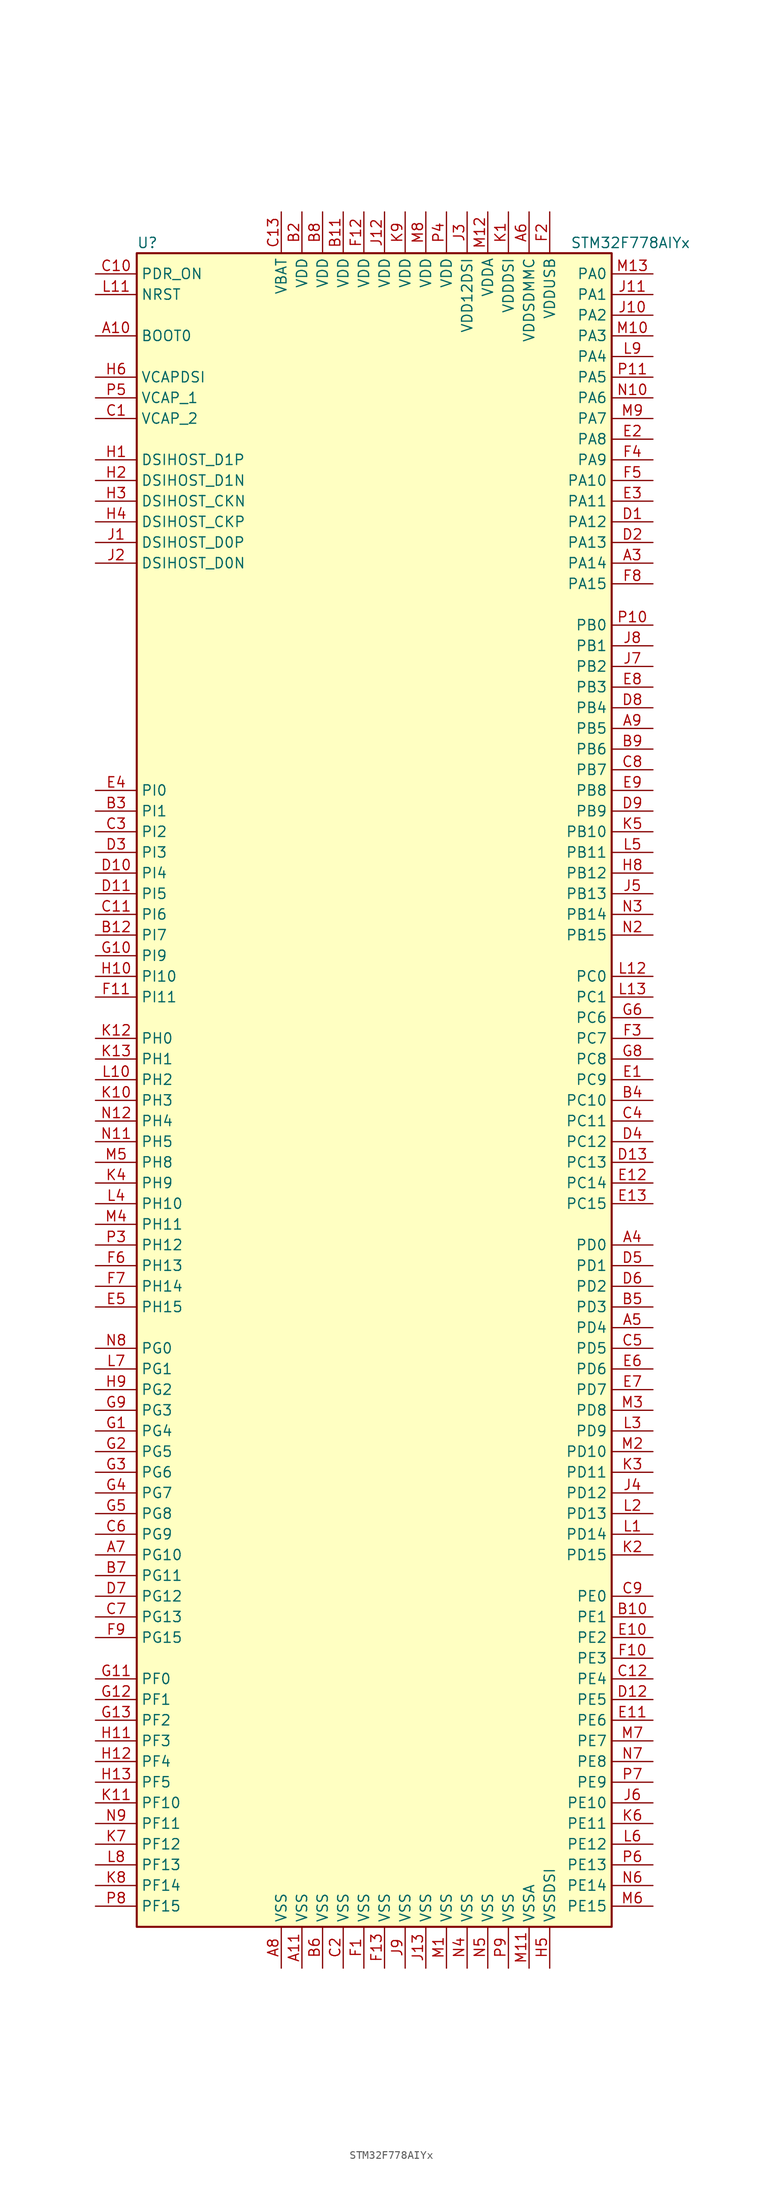
<source format=kicad_sym>
(kicad_symbol_lib
  (version 20200908)
  (generator kicad_symbol_editor)
  (symbol "MCU_ST_STM32F7:STM32F778AIYx"
    (property "Reference" "U"
      (at -30.48 102.87 0)
      (effects (font (size 1.27 1.27)) (justify left)))
    (property "Value" "STM32F778AIYx"
      (at 22.86 102.87 0)
      (effects (font (size 1.27 1.27)) (justify left)))
    (symbol "STM32F778AIYx_0_1"
      (rectangle (start -30.48 -104.14) (end 27.94 101.6) (stroke (width 0.254)) (fill (type background))))
    (symbol "STM32F778AIYx_1_1"
      (pin input line (at -35.56 91.44 0) (length 5.08) (name "BOOT0" (effects (font (size 1.27 1.27)))) (number "A10" (effects (font (size 1.27 1.27)))))
      (pin bidirectional line (at -35.56 71.12 0) (length 5.08) (name "DSIHOST_CKN" (effects (font (size 1.27 1.27)))) (number "H3" (effects (font (size 1.27 1.27)))))
      (pin bidirectional line (at -35.56 68.58 0) (length 5.08) (name "DSIHOST_CKP" (effects (font (size 1.27 1.27)))) (number "H4" (effects (font (size 1.27 1.27)))))
      (pin bidirectional line (at -35.56 63.5 0) (length 5.08) (name "DSIHOST_D0N" (effects (font (size 1.27 1.27)))) (number "J2" (effects (font (size 1.27 1.27)))))
      (pin bidirectional line (at -35.56 66.04 0) (length 5.08) (name "DSIHOST_D0P" (effects (font (size 1.27 1.27)))) (number "J1" (effects (font (size 1.27 1.27)))))
      (pin bidirectional line (at -35.56 73.66 0) (length 5.08) (name "DSIHOST_D1N" (effects (font (size 1.27 1.27)))) (number "H2" (effects (font (size 1.27 1.27)))))
      (pin bidirectional line (at -35.56 76.2 0) (length 5.08) (name "DSIHOST_D1P" (effects (font (size 1.27 1.27)))) (number "H1" (effects (font (size 1.27 1.27)))))
      (pin unconnected line (at -30.48 -101.6 0) (length 5.08) hide (name "NC" (effects (font (size 1.27 1.27)))) (number "A1" (effects (font (size 1.27 1.27)))))
      (pin unconnected line (at -30.48 -96.52 0) (length 5.08) hide (name "NC" (effects (font (size 1.27 1.27)))) (number "A12" (effects (font (size 1.27 1.27)))))
      (pin unconnected line (at -30.48 -93.98 0) (length 5.08) hide (name "NC" (effects (font (size 1.27 1.27)))) (number "A13" (effects (font (size 1.27 1.27)))))
      (pin unconnected line (at -30.48 -99.06 0) (length 5.08) hide (name "NC" (effects (font (size 1.27 1.27)))) (number "A2" (effects (font (size 1.27 1.27)))))
      (pin unconnected line (at -30.48 -91.44 0) (length 5.08) hide (name "NC" (effects (font (size 1.27 1.27)))) (number "B1" (effects (font (size 1.27 1.27)))))
      (pin unconnected line (at -30.48 -88.9 0) (length 5.08) hide (name "NC" (effects (font (size 1.27 1.27)))) (number "B13" (effects (font (size 1.27 1.27)))))
      (pin unconnected line (at -30.48 -86.36 0) (length 5.08) hide (name "NC" (effects (font (size 1.27 1.27)))) (number "N1" (effects (font (size 1.27 1.27)))))
      (pin unconnected line (at -30.48 -83.82 0) (length 5.08) hide (name "NC" (effects (font (size 1.27 1.27)))) (number "N13" (effects (font (size 1.27 1.27)))))
      (pin unconnected line (at -30.48 -81.28 0) (length 5.08) hide (name "NC" (effects (font (size 1.27 1.27)))) (number "P1" (effects (font (size 1.27 1.27)))))
      (pin unconnected line (at -30.48 -76.2 0) (length 5.08) hide (name "NC" (effects (font (size 1.27 1.27)))) (number "P12" (effects (font (size 1.27 1.27)))))
      (pin unconnected line (at -30.48 -73.66 0) (length 5.08) hide (name "NC" (effects (font (size 1.27 1.27)))) (number "P13" (effects (font (size 1.27 1.27)))))
      (pin unconnected line (at -30.48 -78.74 0) (length 5.08) hide (name "NC" (effects (font (size 1.27 1.27)))) (number "P2" (effects (font (size 1.27 1.27)))))
      (pin input line (at -35.56 96.52 0) (length 5.08) (name "NRST" (effects (font (size 1.27 1.27)))) (number "L11" (effects (font (size 1.27 1.27)))))
      (pin bidirectional line (at 33.02 99.06 180) (length 5.08) (name "PA0" (effects (font (size 1.27 1.27)))) (number "M13" (effects (font (size 1.27 1.27)))))
      (pin bidirectional line (at 33.02 96.52 180) (length 5.08) (name "PA1" (effects (font (size 1.27 1.27)))) (number "J11" (effects (font (size 1.27 1.27)))))
      (pin bidirectional line (at 33.02 73.66 180) (length 5.08) (name "PA10" (effects (font (size 1.27 1.27)))) (number "F5" (effects (font (size 1.27 1.27)))))
      (pin bidirectional line (at 33.02 71.12 180) (length 5.08) (name "PA11" (effects (font (size 1.27 1.27)))) (number "E3" (effects (font (size 1.27 1.27)))))
      (pin bidirectional line (at 33.02 68.58 180) (length 5.08) (name "PA12" (effects (font (size 1.27 1.27)))) (number "D1" (effects (font (size 1.27 1.27)))))
      (pin bidirectional line (at 33.02 66.04 180) (length 5.08) (name "PA13" (effects (font (size 1.27 1.27)))) (number "D2" (effects (font (size 1.27 1.27)))))
      (pin bidirectional line (at 33.02 63.5 180) (length 5.08) (name "PA14" (effects (font (size 1.27 1.27)))) (number "A3" (effects (font (size 1.27 1.27)))))
      (pin bidirectional line (at 33.02 60.96 180) (length 5.08) (name "PA15" (effects (font (size 1.27 1.27)))) (number "F8" (effects (font (size 1.27 1.27)))))
      (pin bidirectional line (at 33.02 93.98 180) (length 5.08) (name "PA2" (effects (font (size 1.27 1.27)))) (number "J10" (effects (font (size 1.27 1.27)))))
      (pin bidirectional line (at 33.02 91.44 180) (length 5.08) (name "PA3" (effects (font (size 1.27 1.27)))) (number "M10" (effects (font (size 1.27 1.27)))))
      (pin bidirectional line (at 33.02 88.9 180) (length 5.08) (name "PA4" (effects (font (size 1.27 1.27)))) (number "L9" (effects (font (size 1.27 1.27)))))
      (pin bidirectional line (at 33.02 86.36 180) (length 5.08) (name "PA5" (effects (font (size 1.27 1.27)))) (number "P11" (effects (font (size 1.27 1.27)))))
      (pin bidirectional line (at 33.02 83.82 180) (length 5.08) (name "PA6" (effects (font (size 1.27 1.27)))) (number "N10" (effects (font (size 1.27 1.27)))))
      (pin bidirectional line (at 33.02 81.28 180) (length 5.08) (name "PA7" (effects (font (size 1.27 1.27)))) (number "M9" (effects (font (size 1.27 1.27)))))
      (pin bidirectional line (at 33.02 78.74 180) (length 5.08) (name "PA8" (effects (font (size 1.27 1.27)))) (number "E2" (effects (font (size 1.27 1.27)))))
      (pin bidirectional line (at 33.02 76.2 180) (length 5.08) (name "PA9" (effects (font (size 1.27 1.27)))) (number "F4" (effects (font (size 1.27 1.27)))))
      (pin bidirectional line (at 33.02 55.88 180) (length 5.08) (name "PB0" (effects (font (size 1.27 1.27)))) (number "P10" (effects (font (size 1.27 1.27)))))
      (pin bidirectional line (at 33.02 53.34 180) (length 5.08) (name "PB1" (effects (font (size 1.27 1.27)))) (number "J8" (effects (font (size 1.27 1.27)))))
      (pin bidirectional line (at 33.02 30.48 180) (length 5.08) (name "PB10" (effects (font (size 1.27 1.27)))) (number "K5" (effects (font (size 1.27 1.27)))))
      (pin bidirectional line (at 33.02 27.94 180) (length 5.08) (name "PB11" (effects (font (size 1.27 1.27)))) (number "L5" (effects (font (size 1.27 1.27)))))
      (pin bidirectional line (at 33.02 25.4 180) (length 5.08) (name "PB12" (effects (font (size 1.27 1.27)))) (number "H8" (effects (font (size 1.27 1.27)))))
      (pin bidirectional line (at 33.02 22.86 180) (length 5.08) (name "PB13" (effects (font (size 1.27 1.27)))) (number "J5" (effects (font (size 1.27 1.27)))))
      (pin bidirectional line (at 33.02 20.32 180) (length 5.08) (name "PB14" (effects (font (size 1.27 1.27)))) (number "N3" (effects (font (size 1.27 1.27)))))
      (pin bidirectional line (at 33.02 17.78 180) (length 5.08) (name "PB15" (effects (font (size 1.27 1.27)))) (number "N2" (effects (font (size 1.27 1.27)))))
      (pin bidirectional line (at 33.02 50.8 180) (length 5.08) (name "PB2" (effects (font (size 1.27 1.27)))) (number "J7" (effects (font (size 1.27 1.27)))))
      (pin bidirectional line (at 33.02 48.26 180) (length 5.08) (name "PB3" (effects (font (size 1.27 1.27)))) (number "E8" (effects (font (size 1.27 1.27)))))
      (pin bidirectional line (at 33.02 45.72 180) (length 5.08) (name "PB4" (effects (font (size 1.27 1.27)))) (number "D8" (effects (font (size 1.27 1.27)))))
      (pin bidirectional line (at 33.02 43.18 180) (length 5.08) (name "PB5" (effects (font (size 1.27 1.27)))) (number "A9" (effects (font (size 1.27 1.27)))))
      (pin bidirectional line (at 33.02 40.64 180) (length 5.08) (name "PB6" (effects (font (size 1.27 1.27)))) (number "B9" (effects (font (size 1.27 1.27)))))
      (pin bidirectional line (at 33.02 38.1 180) (length 5.08) (name "PB7" (effects (font (size 1.27 1.27)))) (number "C8" (effects (font (size 1.27 1.27)))))
      (pin bidirectional line (at 33.02 35.56 180) (length 5.08) (name "PB8" (effects (font (size 1.27 1.27)))) (number "E9" (effects (font (size 1.27 1.27)))))
      (pin bidirectional line (at 33.02 33.02 180) (length 5.08) (name "PB9" (effects (font (size 1.27 1.27)))) (number "D9" (effects (font (size 1.27 1.27)))))
      (pin bidirectional line (at 33.02 12.7 180) (length 5.08) (name "PC0" (effects (font (size 1.27 1.27)))) (number "L12" (effects (font (size 1.27 1.27)))))
      (pin bidirectional line (at 33.02 10.16 180) (length 5.08) (name "PC1" (effects (font (size 1.27 1.27)))) (number "L13" (effects (font (size 1.27 1.27)))))
      (pin bidirectional line (at 33.02 -2.54 180) (length 5.08) (name "PC10" (effects (font (size 1.27 1.27)))) (number "B4" (effects (font (size 1.27 1.27)))))
      (pin bidirectional line (at 33.02 -5.08 180) (length 5.08) (name "PC11" (effects (font (size 1.27 1.27)))) (number "C4" (effects (font (size 1.27 1.27)))))
      (pin bidirectional line (at 33.02 -7.62 180) (length 5.08) (name "PC12" (effects (font (size 1.27 1.27)))) (number "D4" (effects (font (size 1.27 1.27)))))
      (pin bidirectional line (at 33.02 -10.16 180) (length 5.08) (name "PC13" (effects (font (size 1.27 1.27)))) (number "D13" (effects (font (size 1.27 1.27)))))
      (pin bidirectional line (at 33.02 -12.7 180) (length 5.08) (name "PC14" (effects (font (size 1.27 1.27)))) (number "E12" (effects (font (size 1.27 1.27)))))
      (pin bidirectional line (at 33.02 -15.24 180) (length 5.08) (name "PC15" (effects (font (size 1.27 1.27)))) (number "E13" (effects (font (size 1.27 1.27)))))
      (pin bidirectional line (at 33.02 7.62 180) (length 5.08) (name "PC6" (effects (font (size 1.27 1.27)))) (number "G6" (effects (font (size 1.27 1.27)))))
      (pin bidirectional line (at 33.02 5.08 180) (length 5.08) (name "PC7" (effects (font (size 1.27 1.27)))) (number "F3" (effects (font (size 1.27 1.27)))))
      (pin bidirectional line (at 33.02 2.54 180) (length 5.08) (name "PC8" (effects (font (size 1.27 1.27)))) (number "G8" (effects (font (size 1.27 1.27)))))
      (pin bidirectional line (at 33.02 0 180) (length 5.08) (name "PC9" (effects (font (size 1.27 1.27)))) (number "E1" (effects (font (size 1.27 1.27)))))
      (pin bidirectional line (at 33.02 -20.32 180) (length 5.08) (name "PD0" (effects (font (size 1.27 1.27)))) (number "A4" (effects (font (size 1.27 1.27)))))
      (pin bidirectional line (at 33.02 -22.86 180) (length 5.08) (name "PD1" (effects (font (size 1.27 1.27)))) (number "D5" (effects (font (size 1.27 1.27)))))
      (pin bidirectional line (at 33.02 -45.72 180) (length 5.08) (name "PD10" (effects (font (size 1.27 1.27)))) (number "M2" (effects (font (size 1.27 1.27)))))
      (pin bidirectional line (at 33.02 -48.26 180) (length 5.08) (name "PD11" (effects (font (size 1.27 1.27)))) (number "K3" (effects (font (size 1.27 1.27)))))
      (pin bidirectional line (at 33.02 -50.8 180) (length 5.08) (name "PD12" (effects (font (size 1.27 1.27)))) (number "J4" (effects (font (size 1.27 1.27)))))
      (pin bidirectional line (at 33.02 -53.34 180) (length 5.08) (name "PD13" (effects (font (size 1.27 1.27)))) (number "L2" (effects (font (size 1.27 1.27)))))
      (pin bidirectional line (at 33.02 -55.88 180) (length 5.08) (name "PD14" (effects (font (size 1.27 1.27)))) (number "L1" (effects (font (size 1.27 1.27)))))
      (pin bidirectional line (at 33.02 -58.42 180) (length 5.08) (name "PD15" (effects (font (size 1.27 1.27)))) (number "K2" (effects (font (size 1.27 1.27)))))
      (pin bidirectional line (at 33.02 -25.4 180) (length 5.08) (name "PD2" (effects (font (size 1.27 1.27)))) (number "D6" (effects (font (size 1.27 1.27)))))
      (pin bidirectional line (at 33.02 -27.94 180) (length 5.08) (name "PD3" (effects (font (size 1.27 1.27)))) (number "B5" (effects (font (size 1.27 1.27)))))
      (pin bidirectional line (at 33.02 -30.48 180) (length 5.08) (name "PD4" (effects (font (size 1.27 1.27)))) (number "A5" (effects (font (size 1.27 1.27)))))
      (pin bidirectional line (at 33.02 -33.02 180) (length 5.08) (name "PD5" (effects (font (size 1.27 1.27)))) (number "C5" (effects (font (size 1.27 1.27)))))
      (pin bidirectional line (at 33.02 -35.56 180) (length 5.08) (name "PD6" (effects (font (size 1.27 1.27)))) (number "E6" (effects (font (size 1.27 1.27)))))
      (pin bidirectional line (at 33.02 -38.1 180) (length 5.08) (name "PD7" (effects (font (size 1.27 1.27)))) (number "E7" (effects (font (size 1.27 1.27)))))
      (pin bidirectional line (at 33.02 -40.64 180) (length 5.08) (name "PD8" (effects (font (size 1.27 1.27)))) (number "M3" (effects (font (size 1.27 1.27)))))
      (pin bidirectional line (at 33.02 -43.18 180) (length 5.08) (name "PD9" (effects (font (size 1.27 1.27)))) (number "L3" (effects (font (size 1.27 1.27)))))
      (pin input line (at -35.56 99.06 0) (length 5.08) (name "PDR_ON" (effects (font (size 1.27 1.27)))) (number "C10" (effects (font (size 1.27 1.27)))))
      (pin bidirectional line (at 33.02 -63.5 180) (length 5.08) (name "PE0" (effects (font (size 1.27 1.27)))) (number "C9" (effects (font (size 1.27 1.27)))))
      (pin bidirectional line (at 33.02 -66.04 180) (length 5.08) (name "PE1" (effects (font (size 1.27 1.27)))) (number "B10" (effects (font (size 1.27 1.27)))))
      (pin bidirectional line (at 33.02 -88.9 180) (length 5.08) (name "PE10" (effects (font (size 1.27 1.27)))) (number "J6" (effects (font (size 1.27 1.27)))))
      (pin bidirectional line (at 33.02 -91.44 180) (length 5.08) (name "PE11" (effects (font (size 1.27 1.27)))) (number "K6" (effects (font (size 1.27 1.27)))))
      (pin bidirectional line (at 33.02 -93.98 180) (length 5.08) (name "PE12" (effects (font (size 1.27 1.27)))) (number "L6" (effects (font (size 1.27 1.27)))))
      (pin bidirectional line (at 33.02 -96.52 180) (length 5.08) (name "PE13" (effects (font (size 1.27 1.27)))) (number "P6" (effects (font (size 1.27 1.27)))))
      (pin bidirectional line (at 33.02 -99.06 180) (length 5.08) (name "PE14" (effects (font (size 1.27 1.27)))) (number "N6" (effects (font (size 1.27 1.27)))))
      (pin bidirectional line (at 33.02 -101.6 180) (length 5.08) (name "PE15" (effects (font (size 1.27 1.27)))) (number "M6" (effects (font (size 1.27 1.27)))))
      (pin bidirectional line (at 33.02 -68.58 180) (length 5.08) (name "PE2" (effects (font (size 1.27 1.27)))) (number "E10" (effects (font (size 1.27 1.27)))))
      (pin bidirectional line (at 33.02 -71.12 180) (length 5.08) (name "PE3" (effects (font (size 1.27 1.27)))) (number "F10" (effects (font (size 1.27 1.27)))))
      (pin bidirectional line (at 33.02 -73.66 180) (length 5.08) (name "PE4" (effects (font (size 1.27 1.27)))) (number "C12" (effects (font (size 1.27 1.27)))))
      (pin bidirectional line (at 33.02 -76.2 180) (length 5.08) (name "PE5" (effects (font (size 1.27 1.27)))) (number "D12" (effects (font (size 1.27 1.27)))))
      (pin bidirectional line (at 33.02 -78.74 180) (length 5.08) (name "PE6" (effects (font (size 1.27 1.27)))) (number "E11" (effects (font (size 1.27 1.27)))))
      (pin bidirectional line (at 33.02 -81.28 180) (length 5.08) (name "PE7" (effects (font (size 1.27 1.27)))) (number "M7" (effects (font (size 1.27 1.27)))))
      (pin bidirectional line (at 33.02 -83.82 180) (length 5.08) (name "PE8" (effects (font (size 1.27 1.27)))) (number "N7" (effects (font (size 1.27 1.27)))))
      (pin bidirectional line (at 33.02 -86.36 180) (length 5.08) (name "PE9" (effects (font (size 1.27 1.27)))) (number "P7" (effects (font (size 1.27 1.27)))))
      (pin bidirectional line (at -35.56 -73.66 0) (length 5.08) (name "PF0" (effects (font (size 1.27 1.27)))) (number "G11" (effects (font (size 1.27 1.27)))))
      (pin bidirectional line (at -35.56 -76.2 0) (length 5.08) (name "PF1" (effects (font (size 1.27 1.27)))) (number "G12" (effects (font (size 1.27 1.27)))))
      (pin bidirectional line (at -35.56 -88.9 0) (length 5.08) (name "PF10" (effects (font (size 1.27 1.27)))) (number "K11" (effects (font (size 1.27 1.27)))))
      (pin bidirectional line (at -35.56 -91.44 0) (length 5.08) (name "PF11" (effects (font (size 1.27 1.27)))) (number "N9" (effects (font (size 1.27 1.27)))))
      (pin bidirectional line (at -35.56 -93.98 0) (length 5.08) (name "PF12" (effects (font (size 1.27 1.27)))) (number "K7" (effects (font (size 1.27 1.27)))))
      (pin bidirectional line (at -35.56 -96.52 0) (length 5.08) (name "PF13" (effects (font (size 1.27 1.27)))) (number "L8" (effects (font (size 1.27 1.27)))))
      (pin bidirectional line (at -35.56 -99.06 0) (length 5.08) (name "PF14" (effects (font (size 1.27 1.27)))) (number "K8" (effects (font (size 1.27 1.27)))))
      (pin bidirectional line (at -35.56 -101.6 0) (length 5.08) (name "PF15" (effects (font (size 1.27 1.27)))) (number "P8" (effects (font (size 1.27 1.27)))))
      (pin bidirectional line (at -35.56 -78.74 0) (length 5.08) (name "PF2" (effects (font (size 1.27 1.27)))) (number "G13" (effects (font (size 1.27 1.27)))))
      (pin bidirectional line (at -35.56 -81.28 0) (length 5.08) (name "PF3" (effects (font (size 1.27 1.27)))) (number "H11" (effects (font (size 1.27 1.27)))))
      (pin bidirectional line (at -35.56 -83.82 0) (length 5.08) (name "PF4" (effects (font (size 1.27 1.27)))) (number "H12" (effects (font (size 1.27 1.27)))))
      (pin bidirectional line (at -35.56 -86.36 0) (length 5.08) (name "PF5" (effects (font (size 1.27 1.27)))) (number "H13" (effects (font (size 1.27 1.27)))))
      (pin bidirectional line (at -35.56 -33.02 0) (length 5.08) (name "PG0" (effects (font (size 1.27 1.27)))) (number "N8" (effects (font (size 1.27 1.27)))))
      (pin bidirectional line (at -35.56 -35.56 0) (length 5.08) (name "PG1" (effects (font (size 1.27 1.27)))) (number "L7" (effects (font (size 1.27 1.27)))))
      (pin bidirectional line (at -35.56 -58.42 0) (length 5.08) (name "PG10" (effects (font (size 1.27 1.27)))) (number "A7" (effects (font (size 1.27 1.27)))))
      (pin bidirectional line (at -35.56 -60.96 0) (length 5.08) (name "PG11" (effects (font (size 1.27 1.27)))) (number "B7" (effects (font (size 1.27 1.27)))))
      (pin bidirectional line (at -35.56 -63.5 0) (length 5.08) (name "PG12" (effects (font (size 1.27 1.27)))) (number "D7" (effects (font (size 1.27 1.27)))))
      (pin bidirectional line (at -35.56 -66.04 0) (length 5.08) (name "PG13" (effects (font (size 1.27 1.27)))) (number "C7" (effects (font (size 1.27 1.27)))))
      (pin bidirectional line (at -35.56 -68.58 0) (length 5.08) (name "PG15" (effects (font (size 1.27 1.27)))) (number "F9" (effects (font (size 1.27 1.27)))))
      (pin bidirectional line (at -35.56 -38.1 0) (length 5.08) (name "PG2" (effects (font (size 1.27 1.27)))) (number "H9" (effects (font (size 1.27 1.27)))))
      (pin bidirectional line (at -35.56 -40.64 0) (length 5.08) (name "PG3" (effects (font (size 1.27 1.27)))) (number "G9" (effects (font (size 1.27 1.27)))))
      (pin bidirectional line (at -35.56 -43.18 0) (length 5.08) (name "PG4" (effects (font (size 1.27 1.27)))) (number "G1" (effects (font (size 1.27 1.27)))))
      (pin bidirectional line (at -35.56 -45.72 0) (length 5.08) (name "PG5" (effects (font (size 1.27 1.27)))) (number "G2" (effects (font (size 1.27 1.27)))))
      (pin bidirectional line (at -35.56 -48.26 0) (length 5.08) (name "PG6" (effects (font (size 1.27 1.27)))) (number "G3" (effects (font (size 1.27 1.27)))))
      (pin bidirectional line (at -35.56 -50.8 0) (length 5.08) (name "PG7" (effects (font (size 1.27 1.27)))) (number "G4" (effects (font (size 1.27 1.27)))))
      (pin bidirectional line (at -35.56 -53.34 0) (length 5.08) (name "PG8" (effects (font (size 1.27 1.27)))) (number "G5" (effects (font (size 1.27 1.27)))))
      (pin bidirectional line (at -35.56 -55.88 0) (length 5.08) (name "PG9" (effects (font (size 1.27 1.27)))) (number "C6" (effects (font (size 1.27 1.27)))))
      (pin input line (at -35.56 5.08 0) (length 5.08) (name "PH0" (effects (font (size 1.27 1.27)))) (number "K12" (effects (font (size 1.27 1.27)))))
      (pin input line (at -35.56 2.54 0) (length 5.08) (name "PH1" (effects (font (size 1.27 1.27)))) (number "K13" (effects (font (size 1.27 1.27)))))
      (pin bidirectional line (at -35.56 -15.24 0) (length 5.08) (name "PH10" (effects (font (size 1.27 1.27)))) (number "L4" (effects (font (size 1.27 1.27)))))
      (pin bidirectional line (at -35.56 -17.78 0) (length 5.08) (name "PH11" (effects (font (size 1.27 1.27)))) (number "M4" (effects (font (size 1.27 1.27)))))
      (pin bidirectional line (at -35.56 -20.32 0) (length 5.08) (name "PH12" (effects (font (size 1.27 1.27)))) (number "P3" (effects (font (size 1.27 1.27)))))
      (pin bidirectional line (at -35.56 -22.86 0) (length 5.08) (name "PH13" (effects (font (size 1.27 1.27)))) (number "F6" (effects (font (size 1.27 1.27)))))
      (pin bidirectional line (at -35.56 -25.4 0) (length 5.08) (name "PH14" (effects (font (size 1.27 1.27)))) (number "F7" (effects (font (size 1.27 1.27)))))
      (pin bidirectional line (at -35.56 -27.94 0) (length 5.08) (name "PH15" (effects (font (size 1.27 1.27)))) (number "E5" (effects (font (size 1.27 1.27)))))
      (pin bidirectional line (at -35.56 0 0) (length 5.08) (name "PH2" (effects (font (size 1.27 1.27)))) (number "L10" (effects (font (size 1.27 1.27)))))
      (pin bidirectional line (at -35.56 -2.54 0) (length 5.08) (name "PH3" (effects (font (size 1.27 1.27)))) (number "K10" (effects (font (size 1.27 1.27)))))
      (pin bidirectional line (at -35.56 -5.08 0) (length 5.08) (name "PH4" (effects (font (size 1.27 1.27)))) (number "N12" (effects (font (size 1.27 1.27)))))
      (pin bidirectional line (at -35.56 -7.62 0) (length 5.08) (name "PH5" (effects (font (size 1.27 1.27)))) (number "N11" (effects (font (size 1.27 1.27)))))
      (pin bidirectional line (at -35.56 -10.16 0) (length 5.08) (name "PH8" (effects (font (size 1.27 1.27)))) (number "M5" (effects (font (size 1.27 1.27)))))
      (pin bidirectional line (at -35.56 -12.7 0) (length 5.08) (name "PH9" (effects (font (size 1.27 1.27)))) (number "K4" (effects (font (size 1.27 1.27)))))
      (pin bidirectional line (at -35.56 35.56 0) (length 5.08) (name "PI0" (effects (font (size 1.27 1.27)))) (number "E4" (effects (font (size 1.27 1.27)))))
      (pin bidirectional line (at -35.56 33.02 0) (length 5.08) (name "PI1" (effects (font (size 1.27 1.27)))) (number "B3" (effects (font (size 1.27 1.27)))))
      (pin bidirectional line (at -35.56 12.7 0) (length 5.08) (name "PI10" (effects (font (size 1.27 1.27)))) (number "H10" (effects (font (size 1.27 1.27)))))
      (pin bidirectional line (at -35.56 10.16 0) (length 5.08) (name "PI11" (effects (font (size 1.27 1.27)))) (number "F11" (effects (font (size 1.27 1.27)))))
      (pin bidirectional line (at -35.56 30.48 0) (length 5.08) (name "PI2" (effects (font (size 1.27 1.27)))) (number "C3" (effects (font (size 1.27 1.27)))))
      (pin bidirectional line (at -35.56 27.94 0) (length 5.08) (name "PI3" (effects (font (size 1.27 1.27)))) (number "D3" (effects (font (size 1.27 1.27)))))
      (pin bidirectional line (at -35.56 25.4 0) (length 5.08) (name "PI4" (effects (font (size 1.27 1.27)))) (number "D10" (effects (font (size 1.27 1.27)))))
      (pin bidirectional line (at -35.56 22.86 0) (length 5.08) (name "PI5" (effects (font (size 1.27 1.27)))) (number "D11" (effects (font (size 1.27 1.27)))))
      (pin bidirectional line (at -35.56 20.32 0) (length 5.08) (name "PI6" (effects (font (size 1.27 1.27)))) (number "C11" (effects (font (size 1.27 1.27)))))
      (pin bidirectional line (at -35.56 17.78 0) (length 5.08) (name "PI7" (effects (font (size 1.27 1.27)))) (number "B12" (effects (font (size 1.27 1.27)))))
      (pin bidirectional line (at -35.56 15.24 0) (length 5.08) (name "PI9" (effects (font (size 1.27 1.27)))) (number "G10" (effects (font (size 1.27 1.27)))))
      (pin power_in line (at -12.7 106.68 270) (length 5.08) (name "VBAT" (effects (font (size 1.27 1.27)))) (number "C13" (effects (font (size 1.27 1.27)))))
      (pin power_in line (at -35.56 86.36 0) (length 5.08) (name "VCAPDSI" (effects (font (size 1.27 1.27)))) (number "H6" (effects (font (size 1.27 1.27)))))
      (pin power_in line (at -35.56 83.82 0) (length 5.08) (name "VCAP_1" (effects (font (size 1.27 1.27)))) (number "P5" (effects (font (size 1.27 1.27)))))
      (pin power_in line (at -35.56 81.28 0) (length 5.08) (name "VCAP_2" (effects (font (size 1.27 1.27)))) (number "C1" (effects (font (size 1.27 1.27)))))
      (pin power_in line (at -5.08 106.68 270) (length 5.08) (name "VDD" (effects (font (size 1.27 1.27)))) (number "B11" (effects (font (size 1.27 1.27)))))
      (pin power_in line (at -10.16 106.68 270) (length 5.08) (name "VDD" (effects (font (size 1.27 1.27)))) (number "B2" (effects (font (size 1.27 1.27)))))
      (pin power_in line (at -7.62 106.68 270) (length 5.08) (name "VDD" (effects (font (size 1.27 1.27)))) (number "B8" (effects (font (size 1.27 1.27)))))
      (pin power_in line (at -2.54 106.68 270) (length 5.08) (name "VDD" (effects (font (size 1.27 1.27)))) (number "F12" (effects (font (size 1.27 1.27)))))
      (pin power_in line (at 0 106.68 270) (length 5.08) (name "VDD" (effects (font (size 1.27 1.27)))) (number "J12" (effects (font (size 1.27 1.27)))))
      (pin power_in line (at 2.54 106.68 270) (length 5.08) (name "VDD" (effects (font (size 1.27 1.27)))) (number "K9" (effects (font (size 1.27 1.27)))))
      (pin power_in line (at 5.08 106.68 270) (length 5.08) (name "VDD" (effects (font (size 1.27 1.27)))) (number "M8" (effects (font (size 1.27 1.27)))))
      (pin power_in line (at 7.62 106.68 270) (length 5.08) (name "VDD" (effects (font (size 1.27 1.27)))) (number "P4" (effects (font (size 1.27 1.27)))))
      (pin power_in line (at 10.16 106.68 270) (length 5.08) (name "VDD12DSI" (effects (font (size 1.27 1.27)))) (number "J3" (effects (font (size 1.27 1.27)))))
      (pin power_in line (at 12.7 106.68 270) (length 5.08) (name "VDDA" (effects (font (size 1.27 1.27)))) (number "M12" (effects (font (size 1.27 1.27)))))
      (pin power_in line (at 15.24 106.68 270) (length 5.08) (name "VDDDSI" (effects (font (size 1.27 1.27)))) (number "K1" (effects (font (size 1.27 1.27)))))
      (pin power_in line (at 17.78 106.68 270) (length 5.08) (name "VDDSDMMC" (effects (font (size 1.27 1.27)))) (number "A6" (effects (font (size 1.27 1.27)))))
      (pin power_in line (at 20.32 106.68 270) (length 5.08) (name "VDDUSB" (effects (font (size 1.27 1.27)))) (number "F2" (effects (font (size 1.27 1.27)))))
      (pin power_in line (at -10.16 -109.22 90) (length 5.08) (name "VSS" (effects (font (size 1.27 1.27)))) (number "A11" (effects (font (size 1.27 1.27)))))
      (pin power_in line (at -12.7 -109.22 90) (length 5.08) (name "VSS" (effects (font (size 1.27 1.27)))) (number "A8" (effects (font (size 1.27 1.27)))))
      (pin power_in line (at -7.62 -109.22 90) (length 5.08) (name "VSS" (effects (font (size 1.27 1.27)))) (number "B6" (effects (font (size 1.27 1.27)))))
      (pin power_in line (at -5.08 -109.22 90) (length 5.08) (name "VSS" (effects (font (size 1.27 1.27)))) (number "C2" (effects (font (size 1.27 1.27)))))
      (pin power_in line (at -2.54 -109.22 90) (length 5.08) (name "VSS" (effects (font (size 1.27 1.27)))) (number "F1" (effects (font (size 1.27 1.27)))))
      (pin power_in line (at 0 -109.22 90) (length 5.08) (name "VSS" (effects (font (size 1.27 1.27)))) (number "F13" (effects (font (size 1.27 1.27)))))
      (pin power_in line (at 5.08 -109.22 90) (length 5.08) (name "VSS" (effects (font (size 1.27 1.27)))) (number "J13" (effects (font (size 1.27 1.27)))))
      (pin power_in line (at 2.54 -109.22 90) (length 5.08) (name "VSS" (effects (font (size 1.27 1.27)))) (number "J9" (effects (font (size 1.27 1.27)))))
      (pin power_in line (at 7.62 -109.22 90) (length 5.08) (name "VSS" (effects (font (size 1.27 1.27)))) (number "M1" (effects (font (size 1.27 1.27)))))
      (pin power_in line (at 10.16 -109.22 90) (length 5.08) (name "VSS" (effects (font (size 1.27 1.27)))) (number "N4" (effects (font (size 1.27 1.27)))))
      (pin power_in line (at 12.7 -109.22 90) (length 5.08) (name "VSS" (effects (font (size 1.27 1.27)))) (number "N5" (effects (font (size 1.27 1.27)))))
      (pin power_in line (at 15.24 -109.22 90) (length 5.08) (name "VSS" (effects (font (size 1.27 1.27)))) (number "P9" (effects (font (size 1.27 1.27)))))
      (pin power_in line (at 17.78 -109.22 90) (length 5.08) (name "VSSA" (effects (font (size 1.27 1.27)))) (number "M11" (effects (font (size 1.27 1.27)))))
      (pin power_in line (at 20.32 -109.22 90) (length 5.08) (name "VSSDSI" (effects (font (size 1.27 1.27)))) (number "H5" (effects (font (size 1.27 1.27))))))))
</source>
